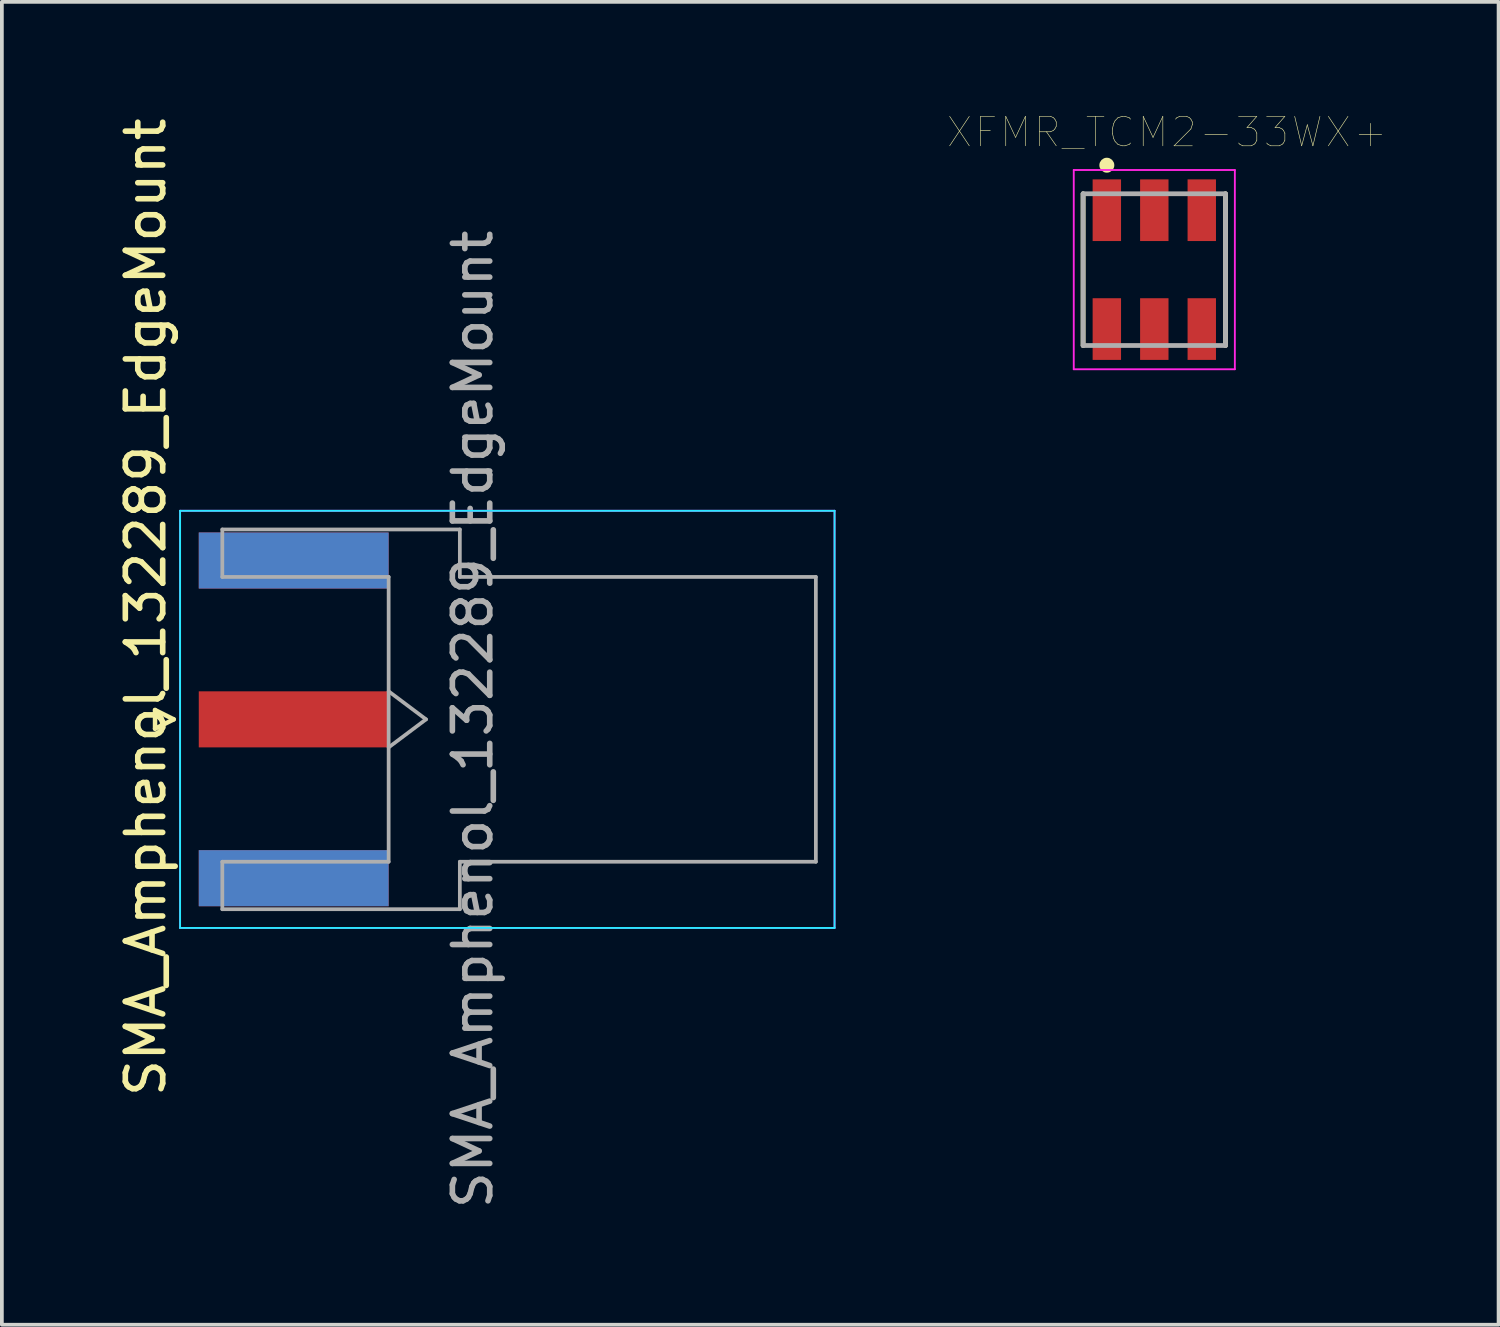
<source format=kicad_pcb>
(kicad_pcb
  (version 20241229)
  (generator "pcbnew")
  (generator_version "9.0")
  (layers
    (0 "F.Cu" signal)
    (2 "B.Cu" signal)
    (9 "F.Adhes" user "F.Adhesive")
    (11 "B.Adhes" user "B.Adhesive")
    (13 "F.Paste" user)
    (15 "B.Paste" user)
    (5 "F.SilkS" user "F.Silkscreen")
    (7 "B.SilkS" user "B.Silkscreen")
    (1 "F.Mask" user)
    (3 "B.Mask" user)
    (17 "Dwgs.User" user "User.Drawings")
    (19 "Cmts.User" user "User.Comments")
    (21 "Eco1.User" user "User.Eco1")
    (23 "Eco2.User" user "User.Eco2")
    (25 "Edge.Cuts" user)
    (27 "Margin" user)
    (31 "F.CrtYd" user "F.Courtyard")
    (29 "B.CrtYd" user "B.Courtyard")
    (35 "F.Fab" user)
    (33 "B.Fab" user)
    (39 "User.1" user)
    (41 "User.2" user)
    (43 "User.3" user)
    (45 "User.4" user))
  (footprint "SMA_Amphenol_132289_EdgeMount"
    (layer "F.Cu")
    (at 4.808 16.196)
    (property "Reference" "SMA_Amphenol_132289_EdgeMount" (at -3.96 -3 90) (layer "F.SilkS") (effects (font (size 1 1) (thickness 0.15))))
    (attr smd)
    (fp_line (start -3.71 -0.25) (end -3.71 0.25) (stroke (width 0.12) (type solid)) (layer "F.SilkS"))
    (fp_line (start -3.71 0.25) (end -3.21 0) (stroke (width 0.12) (type solid)) (layer "F.SilkS"))
    (fp_line (start -3.21 0) (end -3.71 -0.25) (stroke (width 0.12) (type solid)) (layer "F.SilkS"))
    (fp_line (start -3.04 5.58) (end -3.04 -5.58) (stroke (width 0.05) (type solid)) (layer "B.CrtYd"))
    (fp_line (start 14.47 -5.58) (end -3.04 -5.58) (stroke (width 0.05) (type solid)) (layer "B.CrtYd"))
    (fp_line (start 14.47 -5.58) (end 14.47 5.58) (stroke (width 0.05) (type solid)) (layer "B.CrtYd"))
    (fp_line (start 14.47 5.58) (end -3.04 5.58) (stroke (width 0.05) (type solid)) (layer "B.CrtYd"))
    (fp_line (start -3.04 5.58) (end -3.04 -5.58) (stroke (width 0.05) (type solid)) (layer "F.CrtYd"))
    (fp_line (start 14.47 -5.58) (end -3.04 -5.58) (stroke (width 0.05) (type solid)) (layer "F.CrtYd"))
    (fp_line (start 14.47 -5.58) (end 14.47 5.58) (stroke (width 0.05) (type solid)) (layer "F.CrtYd"))
    (fp_line (start 14.47 5.58) (end -3.04 5.58) (stroke (width 0.05) (type solid)) (layer "F.CrtYd"))
    (fp_line (start -1.91 -5.08) (end -1.91 -3.81) (stroke (width 0.1) (type solid)) (layer "F.Fab"))
    (fp_line (start -1.91 -5.08) (end 4.445 -5.08) (stroke (width 0.1) (type solid)) (layer "F.Fab"))
    (fp_line (start -1.91 -3.81) (end 2.54 -3.81) (stroke (width 0.1) (type solid)) (layer "F.Fab"))
    (fp_line (start -1.91 3.81) (end -1.91 5.08) (stroke (width 0.1) (type solid)) (layer "F.Fab"))
    (fp_line (start -1.91 5.08) (end 4.445 5.08) (stroke (width 0.1) (type solid)) (layer "F.Fab"))
    (fp_line (start 2.54 -3.81) (end 2.54 3.81) (stroke (width 0.1) (type solid)) (layer "F.Fab"))
    (fp_line (start 2.54 -0.75) (end 3.54 0) (stroke (width 0.1) (type solid)) (layer "F.Fab"))
    (fp_line (start 2.54 3.81) (end -1.91 3.81) (stroke (width 0.1) (type solid)) (layer "F.Fab"))
    (fp_line (start 3.54 0) (end 2.54 0.75) (stroke (width 0.1) (type solid)) (layer "F.Fab"))
    (fp_line (start 4.445 -3.81) (end 4.445 -5.08) (stroke (width 0.1) (type solid)) (layer "F.Fab"))
    (fp_line (start 4.445 -3.81) (end 13.97 -3.81) (stroke (width 0.1) (type solid)) (layer "F.Fab"))
    (fp_line (start 4.445 5.08) (end 4.445 3.81) (stroke (width 0.1) (type solid)) (layer "F.Fab"))
    (fp_line (start 13.97 -3.81) (end 13.97 3.81) (stroke (width 0.1) (type solid)) (layer "F.Fab"))
    (fp_line (start 13.97 3.81) (end 4.445 3.81) (stroke (width 0.1) (type solid)) (layer "F.Fab"))
    (fp_text user "${REFERENCE}" (at 4.79 0 270) (layer "F.Fab") (effects (font (size 1 1) (thickness 0.15))))
    (pad "1" smd rect (at 0 0 90) (size 1.5 5.08) (layers "F.Cu" "F.Mask" "F.Paste"))
    (pad "2" smd rect (at 0 -4.25 90) (size 1.5 5.08) (layers "F.Cu" "F.Mask" "F.Paste"))
    (pad "2" smd rect (at 0 -4.25 90) (size 1.5 5.08) (layers "B.Cu" "B.Mask" "B.Paste"))
    (pad "2" smd rect (at 0 4.25 90) (size 1.5 5.08) (layers "F.Cu" "F.Mask" "F.Paste"))
    (pad "2" smd rect (at 0 4.25 90) (size 1.5 5.08) (layers "B.Cu" "B.Mask" "B.Paste")))
  (footprint "XFMR_TCM2-33WX+"
    (layer "F.Cu")
    (at 27.833 4.164)
    (property "Reference" "XFMR_TCM2-33WX+" (at 0.341 -3.677 0) (layer "F.SilkS") (effects (font (size 0.788 0.788) (thickness 0.015))))
    (attr through_hole)
    (fp_line (start -1.905 -2.03) (end -1.905 2.03) (stroke (width 0.127) (type solid)) (layer "F.SilkS"))
    (fp_line (start 1.905 -2.03) (end 1.905 2.03) (stroke (width 0.127) (type solid)) (layer "F.SilkS"))
    (fp_circle (center -1.27 -2.794) (end -1.17 -2.794) (stroke (width 0.2) (type solid)) (fill no) (layer "F.SilkS"))
    (fp_line (start -2.155 -2.665) (end 2.155 -2.665) (stroke (width 0.05) (type solid)) (layer "F.CrtYd"))
    (fp_line (start -2.155 2.665) (end -2.155 -2.665) (stroke (width 0.05) (type solid)) (layer "F.CrtYd"))
    (fp_line (start 2.155 -2.665) (end 2.155 2.665) (stroke (width 0.05) (type solid)) (layer "F.CrtYd"))
    (fp_line (start 2.155 2.665) (end -2.155 2.665) (stroke (width 0.05) (type solid)) (layer "F.CrtYd"))
    (fp_line (start -1.905 -2.03) (end 1.905 -2.03) (stroke (width 0.127) (type solid)) (layer "F.Fab"))
    (fp_line (start -1.905 2.03) (end -1.905 -2.03) (stroke (width 0.127) (type solid)) (layer "F.Fab"))
    (fp_line (start 1.905 -2.03) (end 1.905 2.03) (stroke (width 0.127) (type solid)) (layer "F.Fab"))
    (fp_line (start 1.905 2.03) (end -1.905 2.03) (stroke (width 0.127) (type solid)) (layer "F.Fab"))
    (pad "1" smd rect (at -1.27 -1.59) (size 0.76 1.65) (layers "F.Cu" "F.Mask" "F.Paste"))
    (pad "2" smd rect (at 0 -1.59) (size 0.76 1.65) (layers "F.Cu" "F.Mask" "F.Paste"))
    (pad "3" smd rect (at 1.27 -1.59) (size 0.76 1.65) (layers "F.Cu" "F.Mask" "F.Paste"))
    (pad "4" smd rect (at 1.27 1.59) (size 0.76 1.65) (layers "F.Cu" "F.Mask" "F.Paste"))
    (pad "5" smd rect (at 0 1.59) (size 0.76 1.65) (layers "F.Cu" "F.Mask" "F.Paste"))
    (pad "6" smd rect (at -1.27 1.59) (size 0.76 1.65) (layers "F.Cu" "F.Mask" "F.Paste")))
  (gr_rect
    (start -3 -3)
    (end 37.044 32.393)
    (stroke (width 0.1) (type default))
    (fill no)
    (layer "Edge.Cuts")))
</source>
